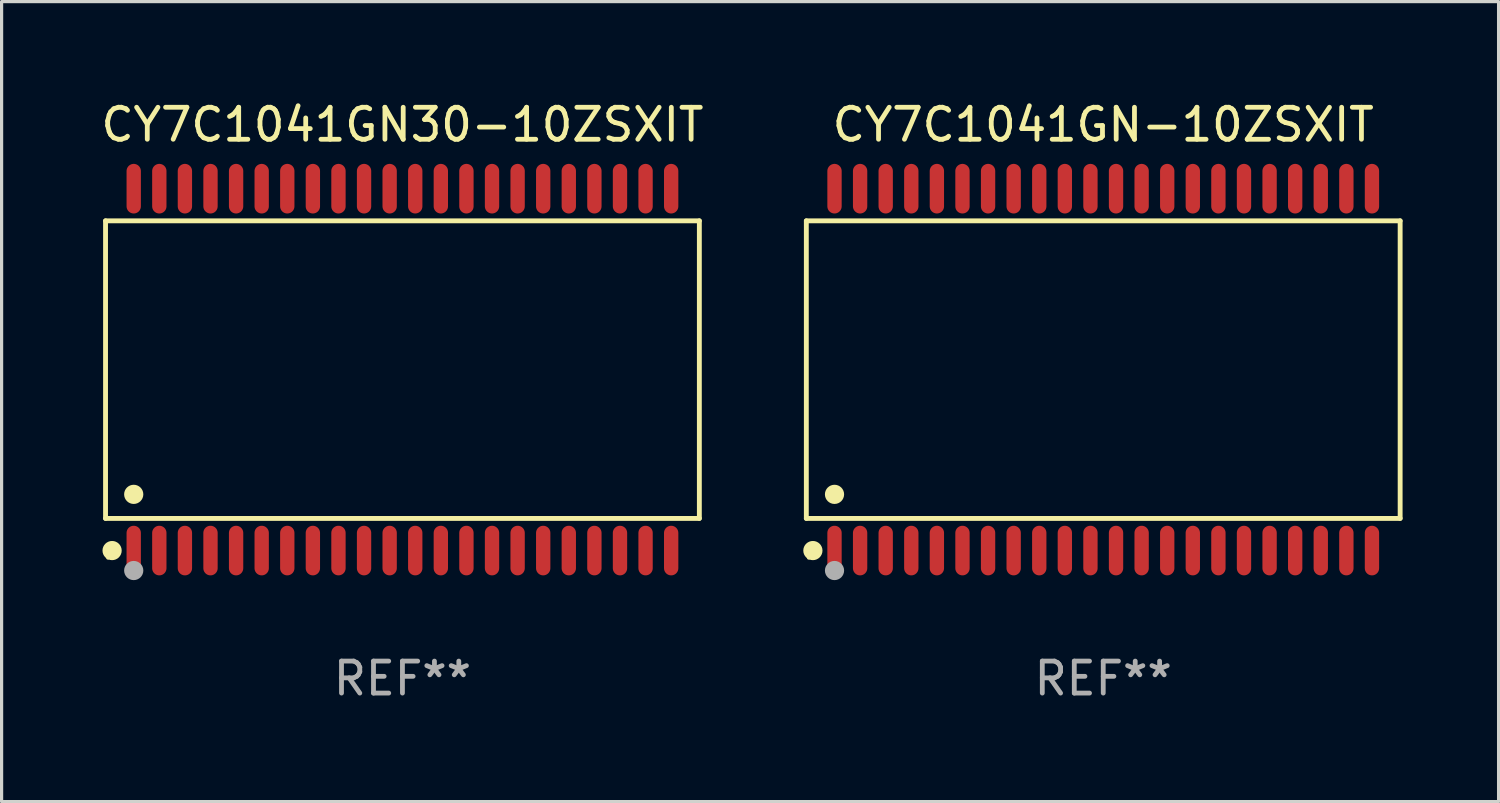
<source format=kicad_pcb>
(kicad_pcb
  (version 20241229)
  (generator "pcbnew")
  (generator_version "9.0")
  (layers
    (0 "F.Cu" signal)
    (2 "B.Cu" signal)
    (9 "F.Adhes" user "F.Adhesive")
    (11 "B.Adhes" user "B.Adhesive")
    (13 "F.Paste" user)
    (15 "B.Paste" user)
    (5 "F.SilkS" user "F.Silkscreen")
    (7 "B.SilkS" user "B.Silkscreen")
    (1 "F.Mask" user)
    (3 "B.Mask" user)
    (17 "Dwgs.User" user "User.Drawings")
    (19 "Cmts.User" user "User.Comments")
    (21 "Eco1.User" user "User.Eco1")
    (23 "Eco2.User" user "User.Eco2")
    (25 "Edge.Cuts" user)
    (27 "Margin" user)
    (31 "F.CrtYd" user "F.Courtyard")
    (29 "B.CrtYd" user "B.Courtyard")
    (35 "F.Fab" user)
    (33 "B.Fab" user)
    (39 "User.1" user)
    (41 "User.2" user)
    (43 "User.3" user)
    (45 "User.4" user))
  (footprint "CY7C1041GN30-10ZSXIT"
    (layer "F.Cu")
    (at 9.53 8.504)
    (property "Reference" "CY7C1041GN30-10ZSXIT" (at 0 -7.656 0) (layer "F.SilkS") (effects (font (size 1 1) (thickness 0.15))))
    (attr through_hole)
    (fp_line (start -9.281 -4.651) (end 9.281 -4.651) (stroke (width 0.152) (type solid)) (layer "F.SilkS"))
    (fp_line (start -9.281 4.651) (end -9.281 -4.651) (stroke (width 0.152) (type solid)) (layer "F.SilkS"))
    (fp_line (start 9.281 -4.651) (end 9.281 4.651) (stroke (width 0.152) (type solid)) (layer "F.SilkS"))
    (fp_line (start 9.281 4.651) (end -9.281 4.651) (stroke (width 0.152) (type solid)) (layer "F.SilkS"))
    (fp_circle (center -9.205 5.88) (end -9.175 5.88) (stroke (width 0.06) (type solid)) (fill no) (layer "F.SilkS"))
    (fp_circle (center -9.076 5.656) (end -8.926 5.656) (stroke (width 0.3) (type solid)) (fill no) (layer "F.SilkS"))
    (fp_circle (center -8.4 3.899) (end -8.25 3.899) (stroke (width 0.3) (type solid)) (fill no) (layer "F.SilkS"))
    (fp_circle (center -8.4 6.28) (end -8.25 6.28) (stroke (width 0.3) (type solid)) (fill no) (layer "F.Fab"))
    (fp_text user "REF**" (at 0 9.656 0) (layer "F.Fab") (effects (font (size 1 1) (thickness 0.15))))
    (pad "1" smd oval (at -8.4 5.656) (size 0.448 1.551) (layers "F.Cu" "F.Mask" "F.Paste"))
    (pad "2" smd oval (at -7.6 5.656) (size 0.448 1.551) (layers "F.Cu" "F.Mask" "F.Paste"))
    (pad "3" smd oval (at -6.8 5.656) (size 0.448 1.551) (layers "F.Cu" "F.Mask" "F.Paste"))
    (pad "4" smd oval (at -6 5.656) (size 0.448 1.551) (layers "F.Cu" "F.Mask" "F.Paste"))
    (pad "5" smd oval (at -5.2 5.656) (size 0.448 1.551) (layers "F.Cu" "F.Mask" "F.Paste"))
    (pad "6" smd oval (at -4.4 5.656) (size 0.448 1.551) (layers "F.Cu" "F.Mask" "F.Paste"))
    (pad "7" smd oval (at -3.6 5.656) (size 0.448 1.551) (layers "F.Cu" "F.Mask" "F.Paste"))
    (pad "8" smd oval (at -2.8 5.656) (size 0.448 1.551) (layers "F.Cu" "F.Mask" "F.Paste"))
    (pad "9" smd oval (at -2 5.656) (size 0.448 1.551) (layers "F.Cu" "F.Mask" "F.Paste"))
    (pad "10" smd oval (at -1.2 5.656) (size 0.448 1.551) (layers "F.Cu" "F.Mask" "F.Paste"))
    (pad "11" smd oval (at -0.4 5.656) (size 0.448 1.551) (layers "F.Cu" "F.Mask" "F.Paste"))
    (pad "12" smd oval (at 0.4 5.656) (size 0.448 1.551) (layers "F.Cu" "F.Mask" "F.Paste"))
    (pad "13" smd oval (at 1.2 5.656) (size 0.448 1.551) (layers "F.Cu" "F.Mask" "F.Paste"))
    (pad "14" smd oval (at 2 5.656) (size 0.448 1.551) (layers "F.Cu" "F.Mask" "F.Paste"))
    (pad "15" smd oval (at 2.8 5.656) (size 0.448 1.551) (layers "F.Cu" "F.Mask" "F.Paste"))
    (pad "16" smd oval (at 3.6 5.656) (size 0.448 1.551) (layers "F.Cu" "F.Mask" "F.Paste"))
    (pad "17" smd oval (at 4.4 5.656) (size 0.448 1.551) (layers "F.Cu" "F.Mask" "F.Paste"))
    (pad "18" smd oval (at 5.2 5.656) (size 0.448 1.551) (layers "F.Cu" "F.Mask" "F.Paste"))
    (pad "19" smd oval (at 6 5.656) (size 0.448 1.551) (layers "F.Cu" "F.Mask" "F.Paste"))
    (pad "20" smd oval (at 6.8 5.656) (size 0.448 1.551) (layers "F.Cu" "F.Mask" "F.Paste"))
    (pad "21" smd oval (at 7.6 5.656) (size 0.448 1.551) (layers "F.Cu" "F.Mask" "F.Paste"))
    (pad "22" smd oval (at 8.4 5.656) (size 0.448 1.551) (layers "F.Cu" "F.Mask" "F.Paste"))
    (pad "23" smd oval (at 8.4 -5.656) (size 0.448 1.551) (layers "F.Cu" "F.Mask" "F.Paste"))
    (pad "24" smd oval (at 7.6 -5.656) (size 0.448 1.551) (layers "F.Cu" "F.Mask" "F.Paste"))
    (pad "25" smd oval (at 6.8 -5.656) (size 0.448 1.551) (layers "F.Cu" "F.Mask" "F.Paste"))
    (pad "26" smd oval (at 6 -5.656) (size 0.448 1.551) (layers "F.Cu" "F.Mask" "F.Paste"))
    (pad "27" smd oval (at 5.2 -5.656) (size 0.448 1.551) (layers "F.Cu" "F.Mask" "F.Paste"))
    (pad "28" smd oval (at 4.4 -5.656) (size 0.448 1.551) (layers "F.Cu" "F.Mask" "F.Paste"))
    (pad "29" smd oval (at 3.6 -5.656) (size 0.448 1.551) (layers "F.Cu" "F.Mask" "F.Paste"))
    (pad "30" smd oval (at 2.8 -5.656) (size 0.448 1.551) (layers "F.Cu" "F.Mask" "F.Paste"))
    (pad "31" smd oval (at 2 -5.656) (size 0.448 1.551) (layers "F.Cu" "F.Mask" "F.Paste"))
    (pad "32" smd oval (at 1.2 -5.656) (size 0.448 1.551) (layers "F.Cu" "F.Mask" "F.Paste"))
    (pad "33" smd oval (at 0.4 -5.656) (size 0.448 1.551) (layers "F.Cu" "F.Mask" "F.Paste"))
    (pad "34" smd oval (at -0.4 -5.656) (size 0.448 1.551) (layers "F.Cu" "F.Mask" "F.Paste"))
    (pad "35" smd oval (at -1.2 -5.656) (size 0.448 1.551) (layers "F.Cu" "F.Mask" "F.Paste"))
    (pad "36" smd oval (at -2 -5.656) (size 0.448 1.551) (layers "F.Cu" "F.Mask" "F.Paste"))
    (pad "37" smd oval (at -2.8 -5.656) (size 0.448 1.551) (layers "F.Cu" "F.Mask" "F.Paste"))
    (pad "38" smd oval (at -3.6 -5.656) (size 0.448 1.551) (layers "F.Cu" "F.Mask" "F.Paste"))
    (pad "39" smd oval (at -4.4 -5.656) (size 0.448 1.551) (layers "F.Cu" "F.Mask" "F.Paste"))
    (pad "40" smd oval (at -5.2 -5.656) (size 0.448 1.551) (layers "F.Cu" "F.Mask" "F.Paste"))
    (pad "41" smd oval (at -6 -5.656) (size 0.448 1.551) (layers "F.Cu" "F.Mask" "F.Paste"))
    (pad "42" smd oval (at -6.8 -5.656) (size 0.448 1.551) (layers "F.Cu" "F.Mask" "F.Paste"))
    (pad "43" smd oval (at -7.6 -5.656) (size 0.448 1.551) (layers "F.Cu" "F.Mask" "F.Paste"))
    (pad "44" smd oval (at -8.4 -5.656) (size 0.448 1.551) (layers "F.Cu" "F.Mask" "F.Paste")))
  (footprint "CY7C1041GN-10ZSXIT"
    (layer "F.Cu")
    (at 31.436 8.504)
    (property "Reference" "CY7C1041GN-10ZSXIT" (at 0 -7.656 0) (layer "F.SilkS") (effects (font (size 1 1) (thickness 0.15))))
    (attr through_hole)
    (fp_line (start -9.281 -4.651) (end 9.281 -4.651) (stroke (width 0.152) (type solid)) (layer "F.SilkS"))
    (fp_line (start -9.281 4.651) (end -9.281 -4.651) (stroke (width 0.152) (type solid)) (layer "F.SilkS"))
    (fp_line (start 9.281 -4.651) (end 9.281 4.651) (stroke (width 0.152) (type solid)) (layer "F.SilkS"))
    (fp_line (start 9.281 4.651) (end -9.281 4.651) (stroke (width 0.152) (type solid)) (layer "F.SilkS"))
    (fp_circle (center -9.205 5.88) (end -9.175 5.88) (stroke (width 0.06) (type solid)) (fill no) (layer "F.SilkS"))
    (fp_circle (center -9.076 5.656) (end -8.926 5.656) (stroke (width 0.3) (type solid)) (fill no) (layer "F.SilkS"))
    (fp_circle (center -8.4 3.899) (end -8.25 3.899) (stroke (width 0.3) (type solid)) (fill no) (layer "F.SilkS"))
    (fp_circle (center -8.4 6.28) (end -8.25 6.28) (stroke (width 0.3) (type solid)) (fill no) (layer "F.Fab"))
    (fp_text user "REF**" (at 0 9.656 0) (layer "F.Fab") (effects (font (size 1 1) (thickness 0.15))))
    (pad "1" smd oval (at -8.4 5.656) (size 0.448 1.551) (layers "F.Cu" "F.Mask" "F.Paste"))
    (pad "2" smd oval (at -7.6 5.656) (size 0.448 1.551) (layers "F.Cu" "F.Mask" "F.Paste"))
    (pad "3" smd oval (at -6.8 5.656) (size 0.448 1.551) (layers "F.Cu" "F.Mask" "F.Paste"))
    (pad "4" smd oval (at -6 5.656) (size 0.448 1.551) (layers "F.Cu" "F.Mask" "F.Paste"))
    (pad "5" smd oval (at -5.2 5.656) (size 0.448 1.551) (layers "F.Cu" "F.Mask" "F.Paste"))
    (pad "6" smd oval (at -4.4 5.656) (size 0.448 1.551) (layers "F.Cu" "F.Mask" "F.Paste"))
    (pad "7" smd oval (at -3.6 5.656) (size 0.448 1.551) (layers "F.Cu" "F.Mask" "F.Paste"))
    (pad "8" smd oval (at -2.8 5.656) (size 0.448 1.551) (layers "F.Cu" "F.Mask" "F.Paste"))
    (pad "9" smd oval (at -2 5.656) (size 0.448 1.551) (layers "F.Cu" "F.Mask" "F.Paste"))
    (pad "10" smd oval (at -1.2 5.656) (size 0.448 1.551) (layers "F.Cu" "F.Mask" "F.Paste"))
    (pad "11" smd oval (at -0.4 5.656) (size 0.448 1.551) (layers "F.Cu" "F.Mask" "F.Paste"))
    (pad "12" smd oval (at 0.4 5.656) (size 0.448 1.551) (layers "F.Cu" "F.Mask" "F.Paste"))
    (pad "13" smd oval (at 1.2 5.656) (size 0.448 1.551) (layers "F.Cu" "F.Mask" "F.Paste"))
    (pad "14" smd oval (at 2 5.656) (size 0.448 1.551) (layers "F.Cu" "F.Mask" "F.Paste"))
    (pad "15" smd oval (at 2.8 5.656) (size 0.448 1.551) (layers "F.Cu" "F.Mask" "F.Paste"))
    (pad "16" smd oval (at 3.6 5.656) (size 0.448 1.551) (layers "F.Cu" "F.Mask" "F.Paste"))
    (pad "17" smd oval (at 4.4 5.656) (size 0.448 1.551) (layers "F.Cu" "F.Mask" "F.Paste"))
    (pad "18" smd oval (at 5.2 5.656) (size 0.448 1.551) (layers "F.Cu" "F.Mask" "F.Paste"))
    (pad "19" smd oval (at 6 5.656) (size 0.448 1.551) (layers "F.Cu" "F.Mask" "F.Paste"))
    (pad "20" smd oval (at 6.8 5.656) (size 0.448 1.551) (layers "F.Cu" "F.Mask" "F.Paste"))
    (pad "21" smd oval (at 7.6 5.656) (size 0.448 1.551) (layers "F.Cu" "F.Mask" "F.Paste"))
    (pad "22" smd oval (at 8.4 5.656) (size 0.448 1.551) (layers "F.Cu" "F.Mask" "F.Paste"))
    (pad "23" smd oval (at 8.4 -5.656) (size 0.448 1.551) (layers "F.Cu" "F.Mask" "F.Paste"))
    (pad "24" smd oval (at 7.6 -5.656) (size 0.448 1.551) (layers "F.Cu" "F.Mask" "F.Paste"))
    (pad "25" smd oval (at 6.8 -5.656) (size 0.448 1.551) (layers "F.Cu" "F.Mask" "F.Paste"))
    (pad "26" smd oval (at 6 -5.656) (size 0.448 1.551) (layers "F.Cu" "F.Mask" "F.Paste"))
    (pad "27" smd oval (at 5.2 -5.656) (size 0.448 1.551) (layers "F.Cu" "F.Mask" "F.Paste"))
    (pad "28" smd oval (at 4.4 -5.656) (size 0.448 1.551) (layers "F.Cu" "F.Mask" "F.Paste"))
    (pad "29" smd oval (at 3.6 -5.656) (size 0.448 1.551) (layers "F.Cu" "F.Mask" "F.Paste"))
    (pad "30" smd oval (at 2.8 -5.656) (size 0.448 1.551) (layers "F.Cu" "F.Mask" "F.Paste"))
    (pad "31" smd oval (at 2 -5.656) (size 0.448 1.551) (layers "F.Cu" "F.Mask" "F.Paste"))
    (pad "32" smd oval (at 1.2 -5.656) (size 0.448 1.551) (layers "F.Cu" "F.Mask" "F.Paste"))
    (pad "33" smd oval (at 0.4 -5.656) (size 0.448 1.551) (layers "F.Cu" "F.Mask" "F.Paste"))
    (pad "34" smd oval (at -0.4 -5.656) (size 0.448 1.551) (layers "F.Cu" "F.Mask" "F.Paste"))
    (pad "35" smd oval (at -1.2 -5.656) (size 0.448 1.551) (layers "F.Cu" "F.Mask" "F.Paste"))
    (pad "36" smd oval (at -2 -5.656) (size 0.448 1.551) (layers "F.Cu" "F.Mask" "F.Paste"))
    (pad "37" smd oval (at -2.8 -5.656) (size 0.448 1.551) (layers "F.Cu" "F.Mask" "F.Paste"))
    (pad "38" smd oval (at -3.6 -5.656) (size 0.448 1.551) (layers "F.Cu" "F.Mask" "F.Paste"))
    (pad "39" smd oval (at -4.4 -5.656) (size 0.448 1.551) (layers "F.Cu" "F.Mask" "F.Paste"))
    (pad "40" smd oval (at -5.2 -5.656) (size 0.448 1.551) (layers "F.Cu" "F.Mask" "F.Paste"))
    (pad "41" smd oval (at -6 -5.656) (size 0.448 1.551) (layers "F.Cu" "F.Mask" "F.Paste"))
    (pad "42" smd oval (at -6.8 -5.656) (size 0.448 1.551) (layers "F.Cu" "F.Mask" "F.Paste"))
    (pad "43" smd oval (at -7.6 -5.656) (size 0.448 1.551) (layers "F.Cu" "F.Mask" "F.Paste"))
    (pad "44" smd oval (at -8.4 -5.656) (size 0.448 1.551) (layers "F.Cu" "F.Mask" "F.Paste")))
  (gr_rect
    (start -3 -3)
    (end 43.794 22.008)
    (stroke (width 0.1) (type default))
    (fill no)
    (layer "Edge.Cuts")))
</source>
